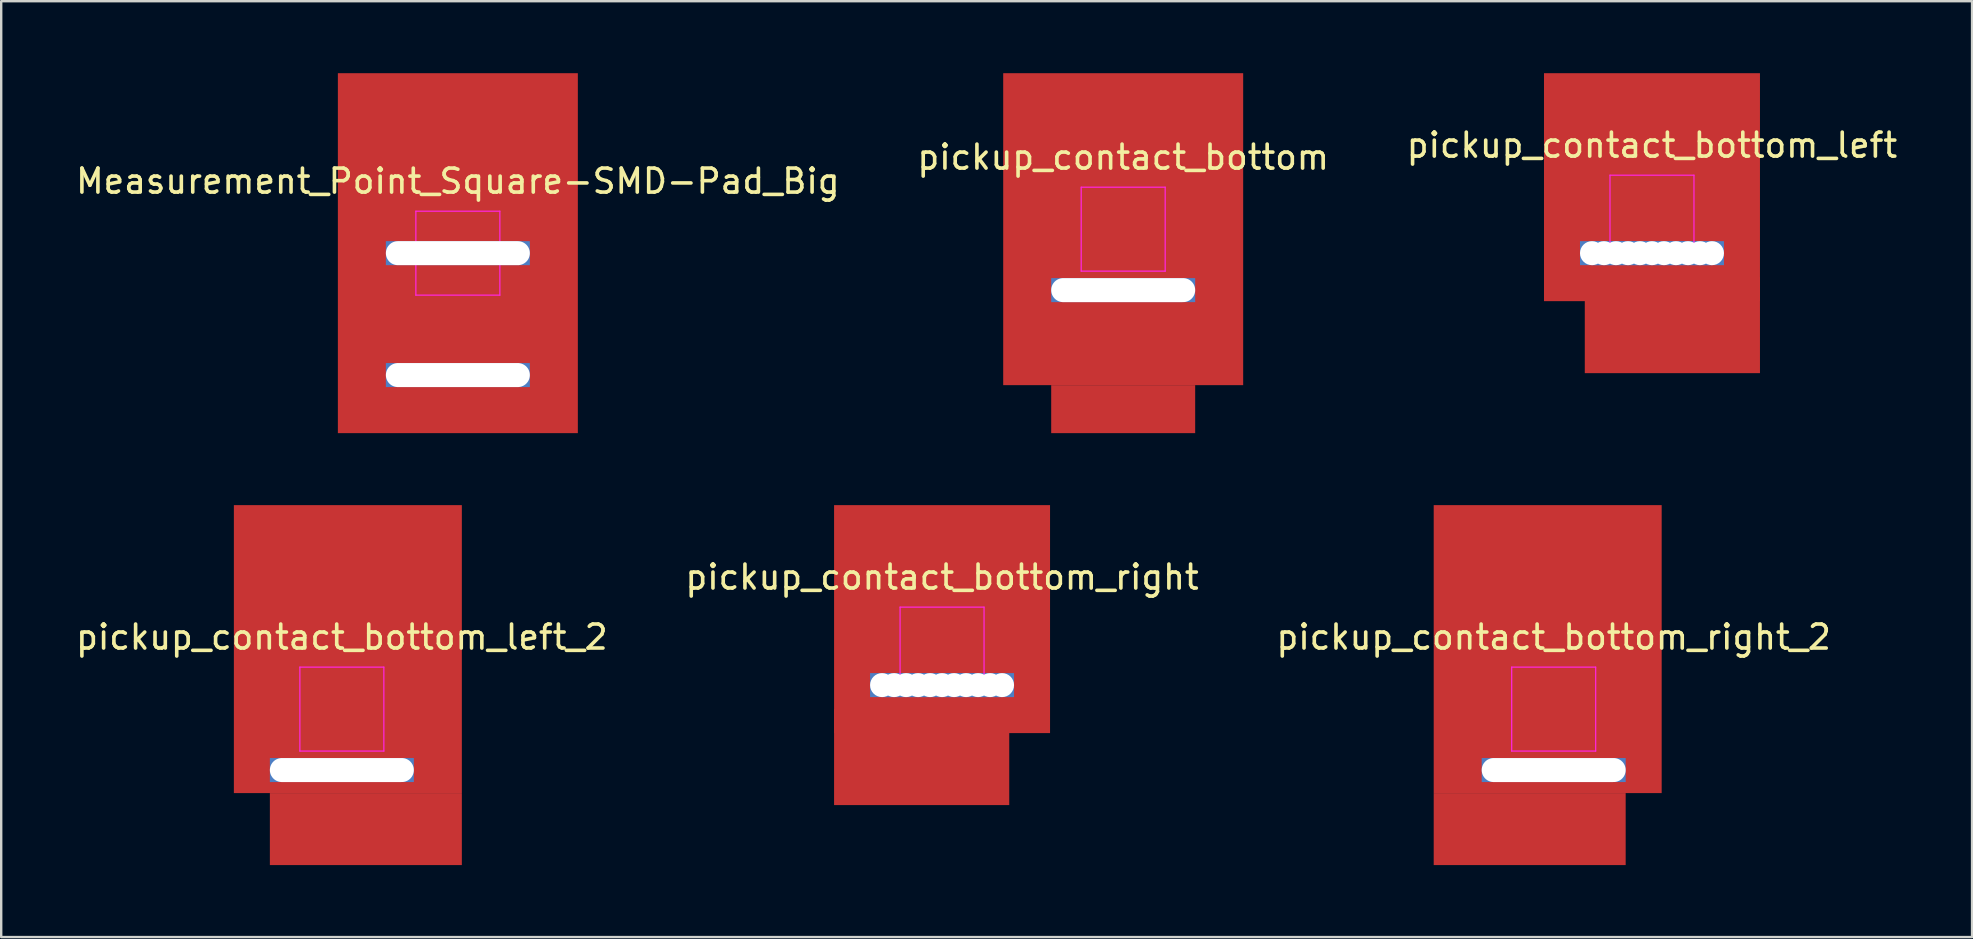
<source format=kicad_pcb>
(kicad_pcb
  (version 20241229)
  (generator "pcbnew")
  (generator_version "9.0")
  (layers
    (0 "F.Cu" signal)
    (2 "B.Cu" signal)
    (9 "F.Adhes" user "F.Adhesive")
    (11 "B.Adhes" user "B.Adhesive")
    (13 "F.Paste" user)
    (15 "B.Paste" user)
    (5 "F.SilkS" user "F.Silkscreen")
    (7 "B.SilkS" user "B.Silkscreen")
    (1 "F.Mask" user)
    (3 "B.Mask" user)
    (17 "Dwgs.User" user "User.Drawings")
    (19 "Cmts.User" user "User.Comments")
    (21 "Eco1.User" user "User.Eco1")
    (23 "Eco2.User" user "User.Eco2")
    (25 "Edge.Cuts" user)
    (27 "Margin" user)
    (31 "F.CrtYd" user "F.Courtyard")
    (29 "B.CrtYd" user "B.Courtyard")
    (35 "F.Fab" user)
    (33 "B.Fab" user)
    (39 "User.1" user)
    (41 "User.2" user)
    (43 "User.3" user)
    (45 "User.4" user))
  (footprint "pickup_contact_bottom_right_2"
    (layer "F.Cu")
    (at 61.696 26.5)
    (property "Reference" "pickup_contact_bottom_right_2" (at 0 -3 0) (layer "F.SilkS") (effects (font (size 1 1) (thickness 0.15))))
    (attr smd)
    (fp_line (start -1.75 -1.75) (end 1.75 -1.75) (stroke (width 0.05) (type solid)) (layer "F.CrtYd"))
    (fp_line (start -1.75 1.75) (end -1.75 -1.75) (stroke (width 0.05) (type solid)) (layer "F.CrtYd"))
    (fp_line (start 1.75 -1.75) (end 1.75 1.75) (stroke (width 0.05) (type solid)) (layer "F.CrtYd"))
    (fp_line (start 1.75 1.75) (end -1.75 1.75) (stroke (width 0.05) (type solid)) (layer "F.CrtYd"))
    (pad "1" smd rect (at -1 5) (size 8 3) (layers "F.Cu" "F.Mask" "F.Paste"))
    (pad "1" smd rect (at -0.25 -2.5) (size 9.5 12) (layers "F.Cu" "F.Mask" "F.Paste"))
    (pad "1" thru_hole rect (at 0 2.54) (size 6 1) (drill oval 6 1) (layers "*.Cu" "*.Mask")))
  (footprint "Measurement_Point_Square-SMD-Pad_Big"
    (layer "F.Cu")
    (at 16.03 7.5)
    (property "Reference" "Measurement_Point_Square-SMD-Pad_Big" (at 0 -3 0) (layer "F.SilkS") (effects (font (size 1 1) (thickness 0.15))))
    (attr exclude_from_pos_files exclude_from_bom)
    (fp_line (start -1.75 -1.75) (end 1.75 -1.75) (stroke (width 0.05) (type solid)) (layer "F.CrtYd"))
    (fp_line (start -1.75 1.75) (end -1.75 -1.75) (stroke (width 0.05) (type solid)) (layer "F.CrtYd"))
    (fp_line (start 1.75 -1.75) (end 1.75 1.75) (stroke (width 0.05) (type solid)) (layer "F.CrtYd"))
    (fp_line (start 1.75 1.75) (end -1.75 1.75) (stroke (width 0.05) (type solid)) (layer "F.CrtYd"))
    (pad "1" thru_hole rect (at 0 0) (size 6 1) (drill oval 6 1) (layers "*.Cu" "*.Mask"))
    (pad "1" smd rect (at 0 0) (size 10 15) (layers "F.Cu" "F.Mask"))
    (pad "1" thru_hole rect (at 0 5.08) (size 6 1) (drill oval 6 1) (layers "*.Cu" "*.Mask")))
  (footprint "pickup_contact_bottom"
    (layer "F.Cu")
    (at 43.756 6.5)
    (property "Reference" "pickup_contact_bottom" (at 0 -3 0) (layer "F.SilkS") (effects (font (size 1 1) (thickness 0.15))))
    (attr smd)
    (fp_line (start -1.75 -1.75) (end 1.75 -1.75) (stroke (width 0.05) (type solid)) (layer "F.CrtYd"))
    (fp_line (start -1.75 1.75) (end -1.75 -1.75) (stroke (width 0.05) (type solid)) (layer "F.CrtYd"))
    (fp_line (start 1.75 -1.75) (end 1.75 1.75) (stroke (width 0.05) (type solid)) (layer "F.CrtYd"))
    (fp_line (start 1.75 1.75) (end -1.75 1.75) (stroke (width 0.05) (type solid)) (layer "F.CrtYd"))
    (pad "1" smd rect (at 0 0) (size 10 13) (layers "F.Cu" "F.Mask" "F.Paste"))
    (pad "1" thru_hole rect (at 0 2.54) (size 6 1) (drill oval 6 1) (layers "*.Cu" "*.Mask"))
    (pad "1" smd rect (at 0 7.5) (size 6 2) (layers "F.Cu" "F.Mask" "F.Paste")))
  (footprint "pickup_contact_bottom_left"
    (layer "F.Cu")
    (at 65.792 6)
    (property "Reference" "pickup_contact_bottom_left" (at 0 -3 0) (layer "F.SilkS") (effects (font (size 1 1) (thickness 0.15))))
    (attr smd)
    (fp_line (start -1.75 -1.75) (end 1.75 -1.75) (stroke (width 0.05) (type solid)) (layer "F.CrtYd"))
    (fp_line (start -1.75 1.75) (end -1.75 -1.75) (stroke (width 0.05) (type solid)) (layer "F.CrtYd"))
    (fp_line (start 1.75 -1.75) (end 1.75 1.75) (stroke (width 0.05) (type solid)) (layer "F.CrtYd"))
    (fp_line (start 1.75 1.75) (end -1.75 1.75) (stroke (width 0.05) (type solid)) (layer "F.CrtYd"))
    (pad "" thru_hole rect (at -2.5 1.5) (size 1 1) (drill 1) (layers "*.Cu" "*.Mask"))
    (pad "" thru_hole rect (at -2 1.5) (size 1 1) (drill 1) (layers "*.Cu" "*.Mask"))
    (pad "" thru_hole rect (at -1.5 1.5) (size 1 1) (drill 1) (layers "*.Cu" "*.Mask"))
    (pad "" thru_hole rect (at -1 1.5) (size 1 1) (drill 1) (layers "*.Cu" "*.Mask"))
    (pad "" thru_hole rect (at -0.5 1.5) (size 1 1) (drill 1) (layers "*.Cu" "*.Mask"))
    (pad "" thru_hole rect (at 0 1.5) (size 1 1) (drill 1) (layers "*.Cu" "*.Mask"))
    (pad "" thru_hole rect (at 0.5 1.5) (size 1 1) (drill 1) (layers "*.Cu" "*.Mask"))
    (pad "" smd rect (at 0.85 4.5) (size 7.3 4) (layers "F.Cu" "F.Mask" "F.Paste"))
    (pad "" thru_hole rect (at 1 1.5) (size 1 1) (drill 1) (layers "*.Cu" "*.Mask"))
    (pad "" thru_hole rect (at 1.5 1.5) (size 1 1) (drill 1) (layers "*.Cu" "*.Mask"))
    (pad "" thru_hole rect (at 2 1.5) (size 1 1) (drill 1) (layers "*.Cu" "*.Mask"))
    (pad "" thru_hole rect (at 2.5 1.5) (size 1 1) (drill 1) (layers "*.Cu" "*.Mask"))
    (pad "1" smd rect (at 0 -4.25) (size 9 9.5) (drill (offset 0 3)) (layers "F.Cu" "F.Mask" "F.Paste")))
  (footprint "pickup_contact_bottom_right"
    (layer "F.Cu")
    (at 36.208 24)
    (property "Reference" "pickup_contact_bottom_right" (at 0 -3 0) (layer "F.SilkS") (effects (font (size 1 1) (thickness 0.15))))
    (attr smd)
    (fp_line (start -1.75 -1.75) (end 1.75 -1.75) (stroke (width 0.05) (type solid)) (layer "F.CrtYd"))
    (fp_line (start -1.75 1.75) (end -1.75 -1.75) (stroke (width 0.05) (type solid)) (layer "F.CrtYd"))
    (fp_line (start 1.75 -1.75) (end 1.75 1.75) (stroke (width 0.05) (type solid)) (layer "F.CrtYd"))
    (fp_line (start 1.75 1.75) (end -1.75 1.75) (stroke (width 0.05) (type solid)) (layer "F.CrtYd"))
    (pad "" smd rect (at -0.85 4.5) (size 7.3 4) (layers "F.Cu" "F.Mask" "F.Paste"))
    (pad "1" thru_hole rect (at -2.5 1.5) (size 1 1) (drill 1) (layers "*.Cu" "*.Mask"))
    (pad "1" thru_hole rect (at -2 1.5) (size 1 1) (drill 1) (layers "*.Cu" "*.Mask"))
    (pad "1" thru_hole rect (at -1.5 1.5) (size 1 1) (drill 1) (layers "*.Cu" "*.Mask"))
    (pad "1" thru_hole rect (at -1 1.5) (size 1 1) (drill 1) (layers "*.Cu" "*.Mask"))
    (pad "1" thru_hole rect (at -0.5 1.5) (size 1 1) (drill 1) (layers "*.Cu" "*.Mask"))
    (pad "1" smd rect (at 0 -4.25) (size 9 9.5) (drill (offset 0 3)) (layers "F.Cu" "F.Mask" "F.Paste"))
    (pad "1" thru_hole rect (at 0 1.5) (size 1 1) (drill 1) (layers "*.Cu" "*.Mask"))
    (pad "1" thru_hole rect (at 0.5 1.5) (size 1 1) (drill 1) (layers "*.Cu" "*.Mask"))
    (pad "1" thru_hole rect (at 1 1.5) (size 1 1) (drill 1) (layers "*.Cu" "*.Mask"))
    (pad "1" thru_hole rect (at 1.5 1.5) (size 1 1) (drill 1) (layers "*.Cu" "*.Mask"))
    (pad "1" thru_hole rect (at 2 1.5) (size 1 1) (drill 1) (layers "*.Cu" "*.Mask"))
    (pad "1" thru_hole rect (at 2.5 1.5) (size 1 1) (drill 1) (layers "*.Cu" "*.Mask")))
  (footprint "pickup_contact_bottom_left_2"
    (layer "F.Cu")
    (at 11.196 26.5)
    (property "Reference" "pickup_contact_bottom_left_2" (at 0 -3 0) (layer "F.SilkS") (effects (font (size 1 1) (thickness 0.15))))
    (attr smd)
    (fp_line (start -1.75 -1.75) (end 1.75 -1.75) (stroke (width 0.05) (type solid)) (layer "F.CrtYd"))
    (fp_line (start -1.75 1.75) (end -1.75 -1.75) (stroke (width 0.05) (type solid)) (layer "F.CrtYd"))
    (fp_line (start 1.75 -1.75) (end 1.75 1.75) (stroke (width 0.05) (type solid)) (layer "F.CrtYd"))
    (fp_line (start 1.75 1.75) (end -1.75 1.75) (stroke (width 0.05) (type solid)) (layer "F.CrtYd"))
    (pad "1" thru_hole rect (at 0 2.54) (size 6 1) (drill oval 6 1) (layers "*.Cu" "*.Mask"))
    (pad "1" smd rect (at 0.25 -2.5) (size 9.5 12) (layers "F.Cu" "F.Mask" "F.Paste"))
    (pad "1" smd rect (at 1 5) (size 8 3) (layers "F.Cu" "F.Mask" "F.Paste")))
  (gr_rect
    (start -3 -3)
    (end 79.131 36)
    (stroke (width 0.1) (type default))
    (fill no)
    (layer "Edge.Cuts")))
</source>
